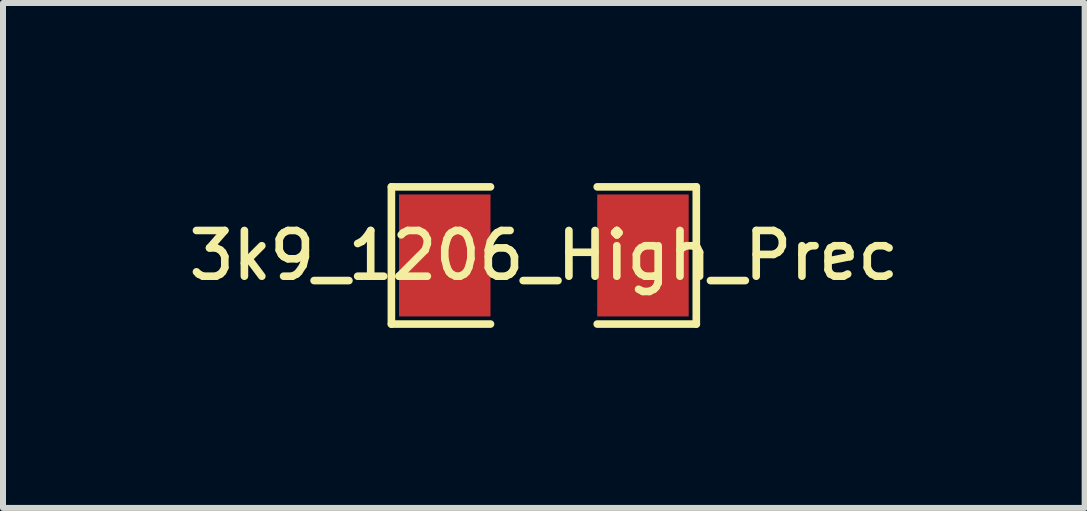
<source format=kicad_pcb>
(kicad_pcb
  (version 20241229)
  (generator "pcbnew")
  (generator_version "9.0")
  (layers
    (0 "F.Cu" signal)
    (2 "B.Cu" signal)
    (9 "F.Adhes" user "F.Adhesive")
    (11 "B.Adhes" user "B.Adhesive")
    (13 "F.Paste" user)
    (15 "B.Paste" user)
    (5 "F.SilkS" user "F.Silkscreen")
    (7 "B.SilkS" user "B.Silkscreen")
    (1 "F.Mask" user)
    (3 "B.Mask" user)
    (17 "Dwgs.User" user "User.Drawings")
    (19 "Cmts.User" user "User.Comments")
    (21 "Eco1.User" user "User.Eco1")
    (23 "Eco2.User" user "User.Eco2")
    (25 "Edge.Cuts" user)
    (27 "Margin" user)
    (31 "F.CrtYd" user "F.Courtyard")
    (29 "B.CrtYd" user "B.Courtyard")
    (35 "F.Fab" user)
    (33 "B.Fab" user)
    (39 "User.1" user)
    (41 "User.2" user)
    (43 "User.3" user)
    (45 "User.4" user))
  (footprint "3k9_1206_High_Prec"
    (layer "F.Cu")
    (at 6.011 1.206)
    (property "Reference" "3k9_1206_High_Prec" (at 0 0 0) (layer "F.SilkS") (effects (font (size 0.762 0.762) (thickness 0.127))))
    (attr smd)
    (fp_line (start -2.54 -1.143) (end -2.54 1.143) (stroke (width 0.127) (type solid)) (layer "F.SilkS"))
    (fp_line (start -2.54 1.143) (end -0.889 1.143) (stroke (width 0.127) (type solid)) (layer "F.SilkS"))
    (fp_line (start -0.889 -1.143) (end -2.54 -1.143) (stroke (width 0.127) (type solid)) (layer "F.SilkS"))
    (fp_line (start 0.889 -1.143) (end 2.54 -1.143) (stroke (width 0.127) (type solid)) (layer "F.SilkS"))
    (fp_line (start 2.54 -1.143) (end 2.54 1.143) (stroke (width 0.127) (type solid)) (layer "F.SilkS"))
    (fp_line (start 2.54 1.143) (end 0.889 1.143) (stroke (width 0.127) (type solid)) (layer "F.SilkS"))
    (pad "1" smd rect (at -1.651 0) (size 1.524 2.032) (layers "F.Cu" "F.Mask" "F.Paste"))
    (pad "2" smd rect (at 1.651 0) (size 1.524 2.032) (layers "F.Cu" "F.Mask" "F.Paste")))
  (gr_rect
    (start -3 -3)
    (end 15.021 5.413)
    (stroke (width 0.1) (type default))
    (fill no)
    (layer "Edge.Cuts")))
</source>
